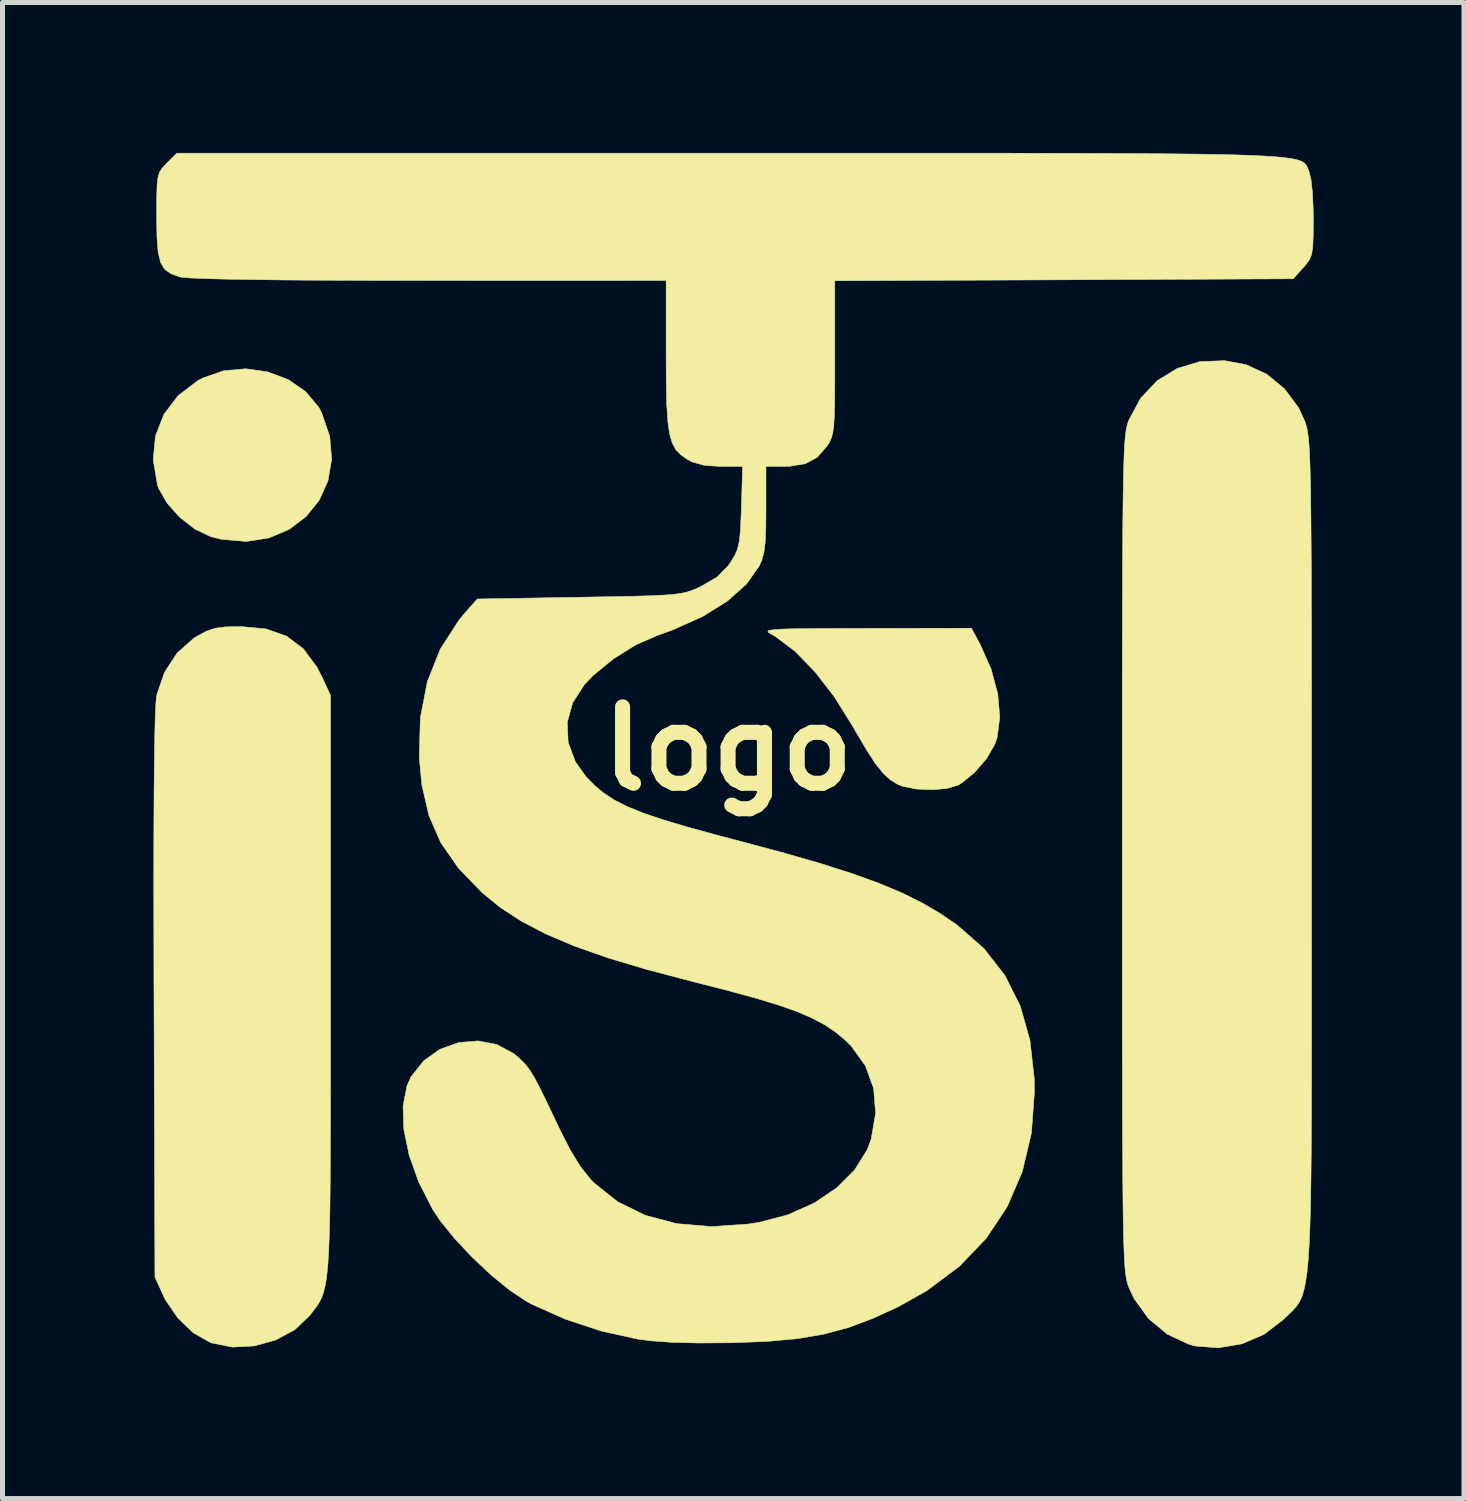
<source format=kicad_pcb>
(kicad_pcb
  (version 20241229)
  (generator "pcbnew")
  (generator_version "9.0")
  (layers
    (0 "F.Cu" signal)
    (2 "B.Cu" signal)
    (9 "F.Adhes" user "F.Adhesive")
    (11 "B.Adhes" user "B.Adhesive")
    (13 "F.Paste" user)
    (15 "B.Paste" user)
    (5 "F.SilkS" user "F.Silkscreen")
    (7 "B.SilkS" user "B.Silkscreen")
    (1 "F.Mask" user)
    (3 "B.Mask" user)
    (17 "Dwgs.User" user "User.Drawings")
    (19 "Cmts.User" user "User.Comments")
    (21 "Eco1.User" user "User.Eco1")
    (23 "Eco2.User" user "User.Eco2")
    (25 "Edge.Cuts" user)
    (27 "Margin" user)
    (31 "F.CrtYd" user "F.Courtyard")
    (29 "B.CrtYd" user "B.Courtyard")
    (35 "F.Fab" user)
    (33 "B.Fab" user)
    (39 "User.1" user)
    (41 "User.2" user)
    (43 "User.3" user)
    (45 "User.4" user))
  (footprint "logo"
    (layer "F.Cu")
    (at 11.47 11.881)
    (property "Reference" "logo" (at 0 0 0) (layer "F.SilkS") (effects (font (size 1.524 1.524) (thickness 0.3))))
    (attr through_hole)
    (fp_poly (pts (xy -9.179 -7.515) (xy -8.773 -7.361) (xy -8.426 -7.123) (xy -8.163 -6.808) (xy -8.108 -6.705) (xy -7.944 -6.229) (xy -7.906 -5.77) (xy -7.98 -5.341) (xy -8.154 -4.956) (xy -8.417 -4.629) (xy -8.755 -4.373) (xy -9.157 -4.203) (xy -9.61 -4.133) (xy -10.102 -4.175) (xy -10.322 -4.231) (xy -10.632 -4.379) (xy -10.933 -4.614) (xy -11.188 -4.897) (xy -11.357 -5.193) (xy -11.38 -5.26) (xy -11.465 -5.76) (xy -11.42 -6.234) (xy -11.253 -6.665) (xy -10.971 -7.038) (xy -10.58 -7.337) (xy -10.478 -7.392) (xy -10.059 -7.538) (xy -9.617 -7.577) (xy -9.179 -7.515)) (stroke (width 0.01) (type solid)) (fill yes) (layer "F.SilkS"))
    (fp_poly (pts (xy 5.028 -2.077) (xy 5.246 -1.585) (xy 5.377 -1.094) (xy 5.418 -0.629) (xy 5.364 -0.22) (xy 5.317 -0.084) (xy 5.152 0.2) (xy 4.914 0.475) (xy 4.653 0.688) (xy 4.586 0.727) (xy 4.363 0.793) (xy 4.067 0.819) (xy 3.753 0.804) (xy 3.479 0.749) (xy 3.383 0.712) (xy 3.236 0.621) (xy 3.093 0.49) (xy 2.94 0.299) (xy 2.763 0.027) (xy 2.544 -0.344) (xy 2.486 -0.446) (xy 2.121 -1.031) (xy 1.731 -1.536) (xy 1.334 -1.944) (xy 0.943 -2.238) (xy 0.858 -2.287) (xy 0.807 -2.318) (xy 0.792 -2.343) (xy 0.826 -2.362) (xy 0.921 -2.376) (xy 1.089 -2.386) (xy 1.345 -2.393) (xy 1.699 -2.397) (xy 2.166 -2.399) (xy 2.752 -2.4) (xy 4.852 -2.403) (xy 5.028 -2.077)) (stroke (width 0.01) (type solid)) (fill yes) (layer "F.SilkS"))
    (fp_poly (pts (xy -9.714 -2.436) (xy -9.214 -2.389) (xy -8.805 -2.245) (xy -8.472 -1.994) (xy -8.2 -1.627) (xy -8.087 -1.407) (xy -7.929 -1.064) (xy -7.929 4.702) (xy -7.929 5.751) (xy -7.929 6.672) (xy -7.93 7.473) (xy -7.932 8.164) (xy -7.936 8.755) (xy -7.942 9.254) (xy -7.952 9.67) (xy -7.965 10.013) (xy -7.982 10.292) (xy -8.004 10.515) (xy -8.032 10.693) (xy -8.065 10.833) (xy -8.105 10.945) (xy -8.152 11.039) (xy -8.206 11.123) (xy -8.269 11.206) (xy -8.341 11.299) (xy -8.344 11.304) (xy -8.64 11.586) (xy -9.02 11.791) (xy -9.448 11.91) (xy -9.887 11.933) (xy -10.303 11.85) (xy -10.331 11.839) (xy -10.666 11.648) (xy -10.974 11.353) (xy -11.221 10.991) (xy -11.271 10.888) (xy -11.43 10.538) (xy -11.449 4.911) (xy -11.452 3.72) (xy -11.453 2.663) (xy -11.452 1.741) (xy -11.448 0.952) (xy -11.442 0.293) (xy -11.434 -0.236) (xy -11.424 -0.637) (xy -11.411 -0.912) (xy -11.396 -1.063) (xy -11.395 -1.07) (xy -11.24 -1.522) (xy -10.987 -1.91) (xy -10.653 -2.206) (xy -10.594 -2.242) (xy -10.403 -2.344) (xy -10.229 -2.403) (xy -10.019 -2.43) (xy -9.725 -2.436) (xy -9.714 -2.436)) (stroke (width 0.01) (type solid)) (fill yes) (layer "F.SilkS"))
    (fp_poly (pts (xy 10.327 -7.659) (xy 10.737 -7.472) (xy 11.096 -7.177) (xy 11.376 -6.802) (xy 11.506 -6.518) (xy 11.525 -6.457) (xy 11.543 -6.39) (xy 11.558 -6.307) (xy 11.572 -6.202) (xy 11.584 -6.067) (xy 11.595 -5.894) (xy 11.603 -5.677) (xy 11.611 -5.406) (xy 11.617 -5.075) (xy 11.622 -4.676) (xy 11.626 -4.202) (xy 11.63 -3.645) (xy 11.632 -2.997) (xy 11.634 -2.252) (xy 11.635 -1.4) (xy 11.636 -0.435) (xy 11.636 0.65) (xy 11.636 1.864) (xy 11.636 2.094) (xy 11.636 3.367) (xy 11.637 4.511) (xy 11.637 5.532) (xy 11.636 6.438) (xy 11.634 7.236) (xy 11.63 7.934) (xy 11.624 8.539) (xy 11.616 9.058) (xy 11.604 9.5) (xy 11.589 9.871) (xy 11.57 10.178) (xy 11.546 10.43) (xy 11.517 10.633) (xy 11.483 10.795) (xy 11.444 10.923) (xy 11.397 11.025) (xy 11.344 11.108) (xy 11.284 11.179) (xy 11.216 11.247) (xy 11.14 11.317) (xy 11.057 11.397) (xy 10.683 11.682) (xy 10.245 11.869) (xy 9.778 11.948) (xy 9.318 11.912) (xy 9.198 11.881) (xy 8.76 11.678) (xy 8.385 11.366) (xy 8.096 10.966) (xy 7.99 10.737) (xy 7.971 10.682) (xy 7.953 10.62) (xy 7.938 10.543) (xy 7.924 10.443) (xy 7.912 10.312) (xy 7.902 10.144) (xy 7.893 9.931) (xy 7.885 9.665) (xy 7.879 9.339) (xy 7.874 8.945) (xy 7.87 8.475) (xy 7.867 7.923) (xy 7.864 7.281) (xy 7.863 6.542) (xy 7.861 5.697) (xy 7.861 4.739) (xy 7.86 3.661) (xy 7.86 2.455) (xy 7.86 2.094) (xy 7.86 0.851) (xy 7.861 -0.262) (xy 7.861 -1.253) (xy 7.862 -2.128) (xy 7.864 -2.897) (xy 7.866 -3.566) (xy 7.869 -4.142) (xy 7.873 -4.634) (xy 7.878 -5.048) (xy 7.884 -5.392) (xy 7.891 -5.674) (xy 7.899 -5.902) (xy 7.909 -6.082) (xy 7.921 -6.222) (xy 7.934 -6.33) (xy 7.949 -6.413) (xy 7.966 -6.479) (xy 7.984 -6.534) (xy 7.99 -6.549) (xy 8.228 -6.991) (xy 8.557 -7.339) (xy 8.958 -7.585) (xy 9.414 -7.721) (xy 9.908 -7.738) (xy 10.327 -7.659)) (stroke (width 0.01) (type solid)) (fill yes) (layer "F.SilkS"))
    (fp_poly (pts (xy 4.069 -11.876) (xy 5.158 -11.876) (xy 6.134 -11.875) (xy 7.004 -11.873) (xy 7.774 -11.871) (xy 8.45 -11.867) (xy 9.039 -11.861) (xy 9.546 -11.855) (xy 9.979 -11.846) (xy 10.342 -11.835) (xy 10.643 -11.822) (xy 10.887 -11.807) (xy 11.082 -11.789) (xy 11.232 -11.769) (xy 11.345 -11.745) (xy 11.426 -11.718) (xy 11.482 -11.688) (xy 11.518 -11.654) (xy 11.542 -11.616) (xy 11.56 -11.575) (xy 11.576 -11.529) (xy 11.588 -11.501) (xy 11.625 -11.349) (xy 11.653 -11.092) (xy 11.668 -10.764) (xy 11.67 -10.57) (xy 11.669 -10.238) (xy 11.66 -10.013) (xy 11.637 -9.861) (xy 11.594 -9.753) (xy 11.524 -9.656) (xy 11.47 -9.595) (xy 11.27 -9.371) (xy 6.699 -9.351) (xy 2.128 -9.332) (xy 2.128 -7.8) (xy 2.128 -7.302) (xy 2.125 -6.921) (xy 2.118 -6.639) (xy 2.106 -6.436) (xy 2.086 -6.293) (xy 2.057 -6.189) (xy 2.017 -6.107) (xy 1.972 -6.035) (xy 1.778 -5.812) (xy 1.543 -5.684) (xy 1.23 -5.633) (xy 1.116 -5.63) (xy 0.755 -5.629) (xy 0.755 -4.768) (xy 0.752 -4.384) (xy 0.739 -4.107) (xy 0.713 -3.907) (xy 0.67 -3.755) (xy 0.623 -3.648) (xy 0.366 -3.283) (xy -0.016 -2.943) (xy -0.511 -2.635) (xy -1.106 -2.369) (xy -1.39 -2.268) (xy -1.836 -2.074) (xy -2.288 -1.792) (xy -2.693 -1.46) (xy -2.862 -1.284) (xy -3.099 -0.919) (xy -3.208 -0.526) (xy -3.189 -0.124) (xy -3.043 0.266) (xy -2.833 0.558) (xy -2.663 0.732) (xy -2.48 0.885) (xy -2.27 1.023) (xy -2.015 1.152) (xy -1.701 1.28) (xy -1.312 1.412) (xy -0.831 1.556) (xy -0.244 1.718) (xy 0.267 1.852) (xy 1.117 2.08) (xy 1.847 2.29) (xy 2.473 2.49) (xy 3.01 2.684) (xy 3.475 2.879) (xy 3.882 3.082) (xy 4.248 3.297) (xy 4.57 3.519) (xy 5.103 3.986) (xy 5.52 4.521) (xy 5.825 5.128) (xy 6.019 5.812) (xy 6.105 6.578) (xy 6.11 6.831) (xy 6.049 7.664) (xy 5.868 8.431) (xy 5.568 9.131) (xy 5.149 9.762) (xy 4.613 10.322) (xy 3.961 10.81) (xy 3.398 11.126) (xy 2.884 11.363) (xy 2.398 11.544) (xy 1.907 11.676) (xy 1.378 11.766) (xy 0.779 11.82) (xy 0.077 11.847) (xy 0.069 11.847) (xy -0.582 11.852) (xy -1.115 11.839) (xy -1.549 11.807) (xy -1.805 11.773) (xy -2.526 11.614) (xy -3.245 11.377) (xy -3.902 11.084) (xy -4.023 11.019) (xy -4.354 10.799) (xy -4.726 10.496) (xy -5.103 10.141) (xy -5.454 9.767) (xy -5.746 9.407) (xy -5.895 9.181) (xy -6.171 8.639) (xy -6.362 8.102) (xy -6.467 7.59) (xy -6.482 7.124) (xy -6.404 6.723) (xy -6.321 6.54) (xy -6.068 6.221) (xy -5.744 5.993) (xy -5.374 5.86) (xy -4.987 5.827) (xy -4.611 5.899) (xy -4.272 6.082) (xy -4.201 6.142) (xy -4.103 6.233) (xy -4.022 6.32) (xy -3.944 6.425) (xy -3.86 6.565) (xy -3.756 6.763) (xy -3.621 7.037) (xy -3.445 7.408) (xy -3.365 7.576) (xy -3.146 8.007) (xy -2.943 8.337) (xy -2.735 8.596) (xy -2.672 8.661) (xy -2.204 9.034) (xy -1.651 9.305) (xy -1.025 9.471) (xy -0.336 9.53) (xy 0.405 9.479) (xy 0.623 9.445) (xy 1.198 9.293) (xy 1.719 9.059) (xy 2.167 8.756) (xy 2.525 8.398) (xy 2.775 7.998) (xy 2.852 7.79) (xy 2.942 7.268) (xy 2.902 6.775) (xy 2.738 6.323) (xy 2.453 5.925) (xy 2.341 5.816) (xy 2.144 5.652) (xy 1.928 5.506) (xy 1.676 5.372) (xy 1.373 5.242) (xy 1.002 5.111) (xy 0.545 4.973) (xy -0.012 4.821) (xy -0.687 4.649) (xy -0.721 4.64) (xy -1.622 4.403) (xy -2.4 4.17) (xy -3.068 3.935) (xy -3.64 3.692) (xy -4.129 3.436) (xy -4.55 3.161) (xy -4.91 2.866) (xy -5.38 2.378) (xy -5.729 1.875) (xy -5.967 1.331) (xy -6.108 0.72) (xy -6.159 0.172) (xy -6.137 -0.618) (xy -5.998 -1.337) (xy -5.74 -1.986) (xy -5.364 -2.568) (xy -5.244 -2.712) (xy -5.002 -2.986) (xy -2.964 -3.021) (xy -2.382 -3.031) (xy -1.92 -3.04) (xy -1.56 -3.05) (xy -1.286 -3.063) (xy -1.079 -3.079) (xy -0.923 -3.101) (xy -0.8 -3.13) (xy -0.693 -3.168) (xy -0.584 -3.215) (xy -0.537 -3.238) (xy -0.223 -3.421) (xy 0.001 -3.648) (xy 0.046 -3.713) (xy 0.13 -3.849) (xy 0.187 -3.977) (xy 0.223 -4.132) (xy 0.245 -4.344) (xy 0.259 -4.646) (xy 0.265 -4.818) (xy 0.289 -5.629) (xy -0.147 -5.629) (xy -0.474 -5.65) (xy -0.714 -5.718) (xy -0.811 -5.768) (xy -0.94 -5.858) (xy -1.04 -5.961) (xy -1.115 -6.097) (xy -1.168 -6.283) (xy -1.203 -6.535) (xy -1.224 -6.872) (xy -1.233 -7.312) (xy -1.236 -7.858) (xy -1.236 -9.336) (xy -5.955 -9.337) (xy -6.987 -9.338) (xy -7.907 -9.341) (xy -8.712 -9.346) (xy -9.4 -9.354) (xy -9.966 -9.363) (xy -10.406 -9.374) (xy -10.718 -9.387) (xy -10.897 -9.402) (xy -10.93 -9.408) (xy -11.107 -9.471) (xy -11.234 -9.559) (xy -11.317 -9.695) (xy -11.366 -9.902) (xy -11.39 -10.2) (xy -11.396 -10.613) (xy -11.396 -10.627) (xy -11.395 -10.981) (xy -11.388 -11.226) (xy -11.371 -11.389) (xy -11.338 -11.498) (xy -11.283 -11.582) (xy -11.202 -11.669) (xy -11.195 -11.676) (xy -10.994 -11.876) (xy 0.067 -11.876) (xy 1.53 -11.876) (xy 2.862 -11.876) (xy 4.069 -11.876)) (stroke (width 0.01) (type solid)) (fill yes) (layer "F.SilkS")))
  (gr_rect
    (start -3 -3)
    (end 26.145 26.835)
    (stroke (width 0.1) (type default))
    (fill no)
    (layer "Edge.Cuts")))
</source>
